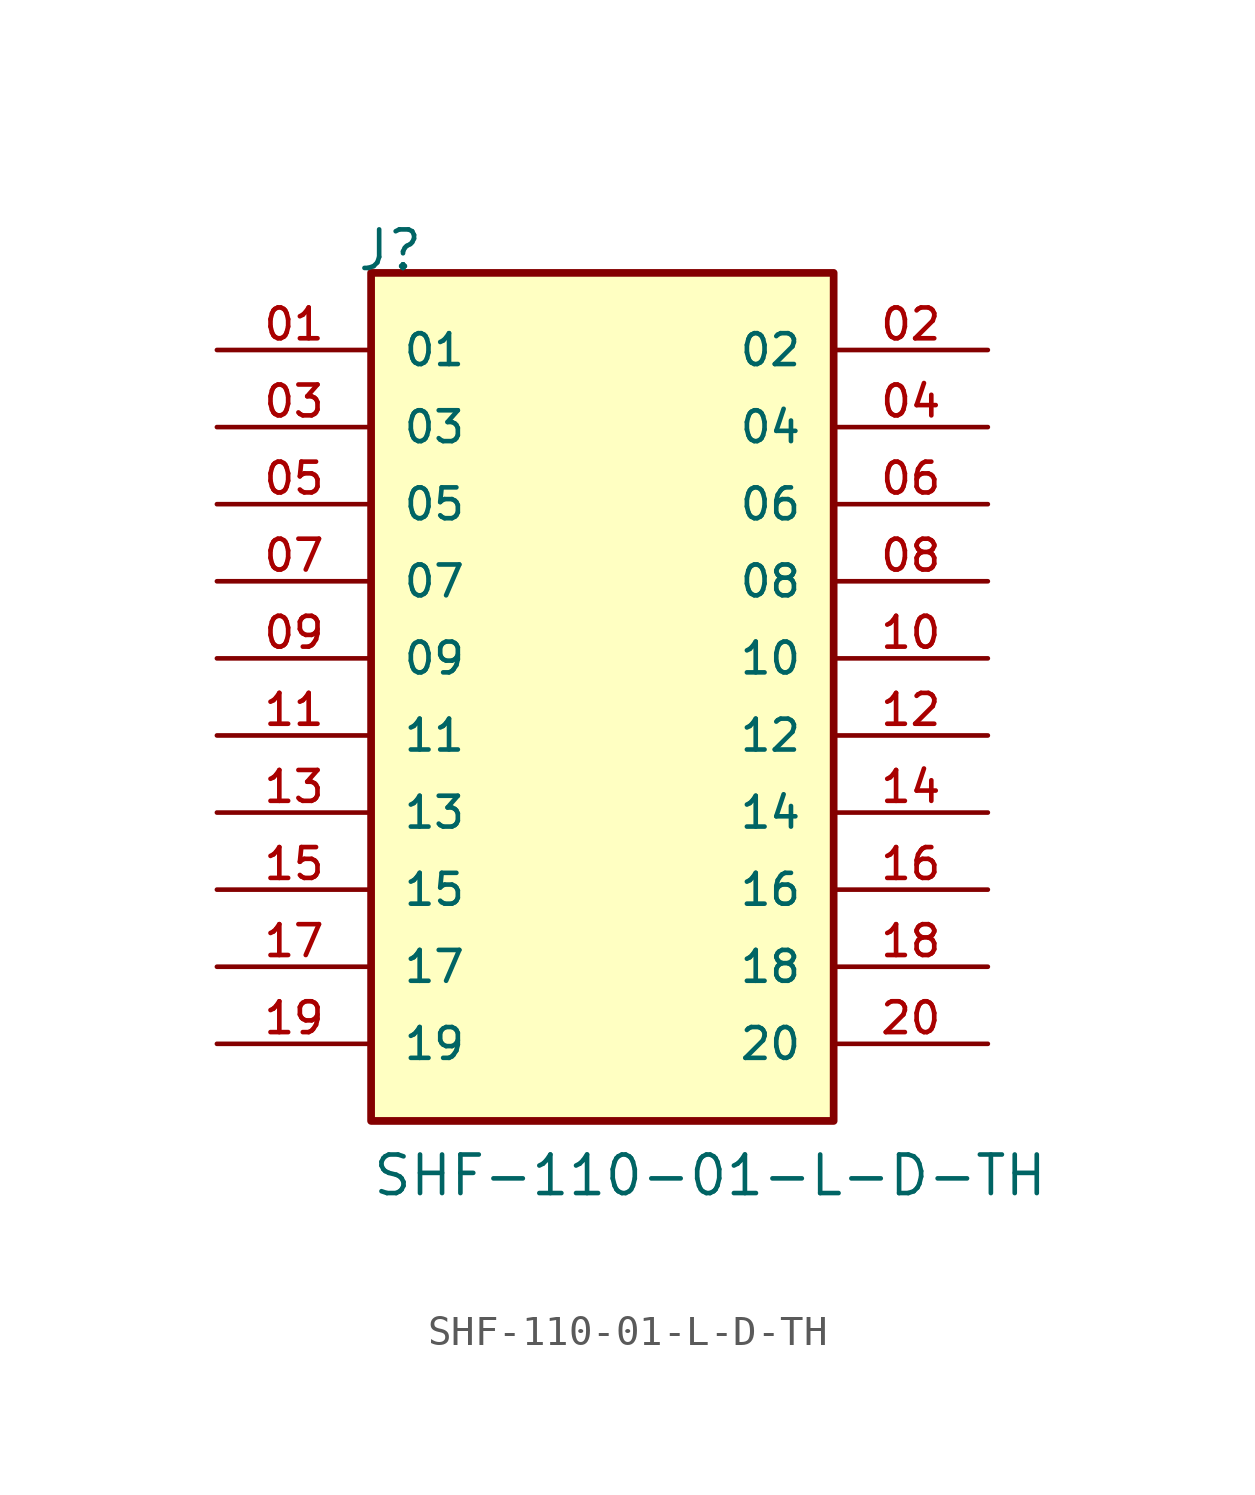
<source format=kicad_sym>
(kicad_symbol_lib
  (version 20211014)
  (generator kicad_symbol_editor)
  (symbol "SHF-110-01-L-D-TH"
    (pin_names
      (offset 1.016))
    (property "Reference" "J"
      (at -8.12 15.24 0)
      (effects (font (size 1.27 1.27)) (justify bottom left)))
    (property "Value" "SHF-110-01-L-D-TH"
      (at -7.62 -15.24 0)
      (effects (font (size 1.27 1.27)) (justify bottom left)))
    (symbol "SHF-110-01-L-D-TH_0_0"
      (rectangle (start -7.62 -12.7) (end 7.62 15.24) (stroke (width 0.254)) (fill (type background)))
      (pin passive line (at -12.7 12.7 0) (length 5.08) (name "01" (effects (font (size 1.016 1.016)))) (number "01" (effects (font (size 1.016 1.016)))))
      (pin passive line (at 12.7 12.7 180.0) (length 5.08) (name "02" (effects (font (size 1.016 1.016)))) (number "02" (effects (font (size 1.016 1.016)))))
      (pin passive line (at -12.7 10.16 0) (length 5.08) (name "03" (effects (font (size 1.016 1.016)))) (number "03" (effects (font (size 1.016 1.016)))))
      (pin passive line (at 12.7 10.16 180.0) (length 5.08) (name "04" (effects (font (size 1.016 1.016)))) (number "04" (effects (font (size 1.016 1.016)))))
      (pin passive line (at -12.7 7.62 0) (length 5.08) (name "05" (effects (font (size 1.016 1.016)))) (number "05" (effects (font (size 1.016 1.016)))))
      (pin passive line (at 12.7 7.62 180.0) (length 5.08) (name "06" (effects (font (size 1.016 1.016)))) (number "06" (effects (font (size 1.016 1.016)))))
      (pin passive line (at -12.7 5.08 0) (length 5.08) (name "07" (effects (font (size 1.016 1.016)))) (number "07" (effects (font (size 1.016 1.016)))))
      (pin passive line (at 12.7 5.08 180.0) (length 5.08) (name "08" (effects (font (size 1.016 1.016)))) (number "08" (effects (font (size 1.016 1.016)))))
      (pin passive line (at -12.7 2.54 0) (length 5.08) (name "09" (effects (font (size 1.016 1.016)))) (number "09" (effects (font (size 1.016 1.016)))))
      (pin passive line (at 12.7 2.54 180.0) (length 5.08) (name "10" (effects (font (size 1.016 1.016)))) (number "10" (effects (font (size 1.016 1.016)))))
      (pin passive line (at -12.7 0.0 0) (length 5.08) (name "11" (effects (font (size 1.016 1.016)))) (number "11" (effects (font (size 1.016 1.016)))))
      (pin passive line (at 12.7 0.0 180.0) (length 5.08) (name "12" (effects (font (size 1.016 1.016)))) (number "12" (effects (font (size 1.016 1.016)))))
      (pin passive line (at -12.7 -2.54 0) (length 5.08) (name "13" (effects (font (size 1.016 1.016)))) (number "13" (effects (font (size 1.016 1.016)))))
      (pin passive line (at 12.7 -2.54 180.0) (length 5.08) (name "14" (effects (font (size 1.016 1.016)))) (number "14" (effects (font (size 1.016 1.016)))))
      (pin passive line (at -12.7 -5.08 0) (length 5.08) (name "15" (effects (font (size 1.016 1.016)))) (number "15" (effects (font (size 1.016 1.016)))))
      (pin passive line (at 12.7 -5.08 180.0) (length 5.08) (name "16" (effects (font (size 1.016 1.016)))) (number "16" (effects (font (size 1.016 1.016)))))
      (pin passive line (at -12.7 -7.62 0) (length 5.08) (name "17" (effects (font (size 1.016 1.016)))) (number "17" (effects (font (size 1.016 1.016)))))
      (pin passive line (at 12.7 -7.62 180.0) (length 5.08) (name "18" (effects (font (size 1.016 1.016)))) (number "18" (effects (font (size 1.016 1.016)))))
      (pin passive line (at -12.7 -10.16 0) (length 5.08) (name "19" (effects (font (size 1.016 1.016)))) (number "19" (effects (font (size 1.016 1.016)))))
      (pin passive line (at 12.7 -10.16 180.0) (length 5.08) (name "20" (effects (font (size 1.016 1.016)))) (number "20" (effects (font (size 1.016 1.016))))))))
</source>
